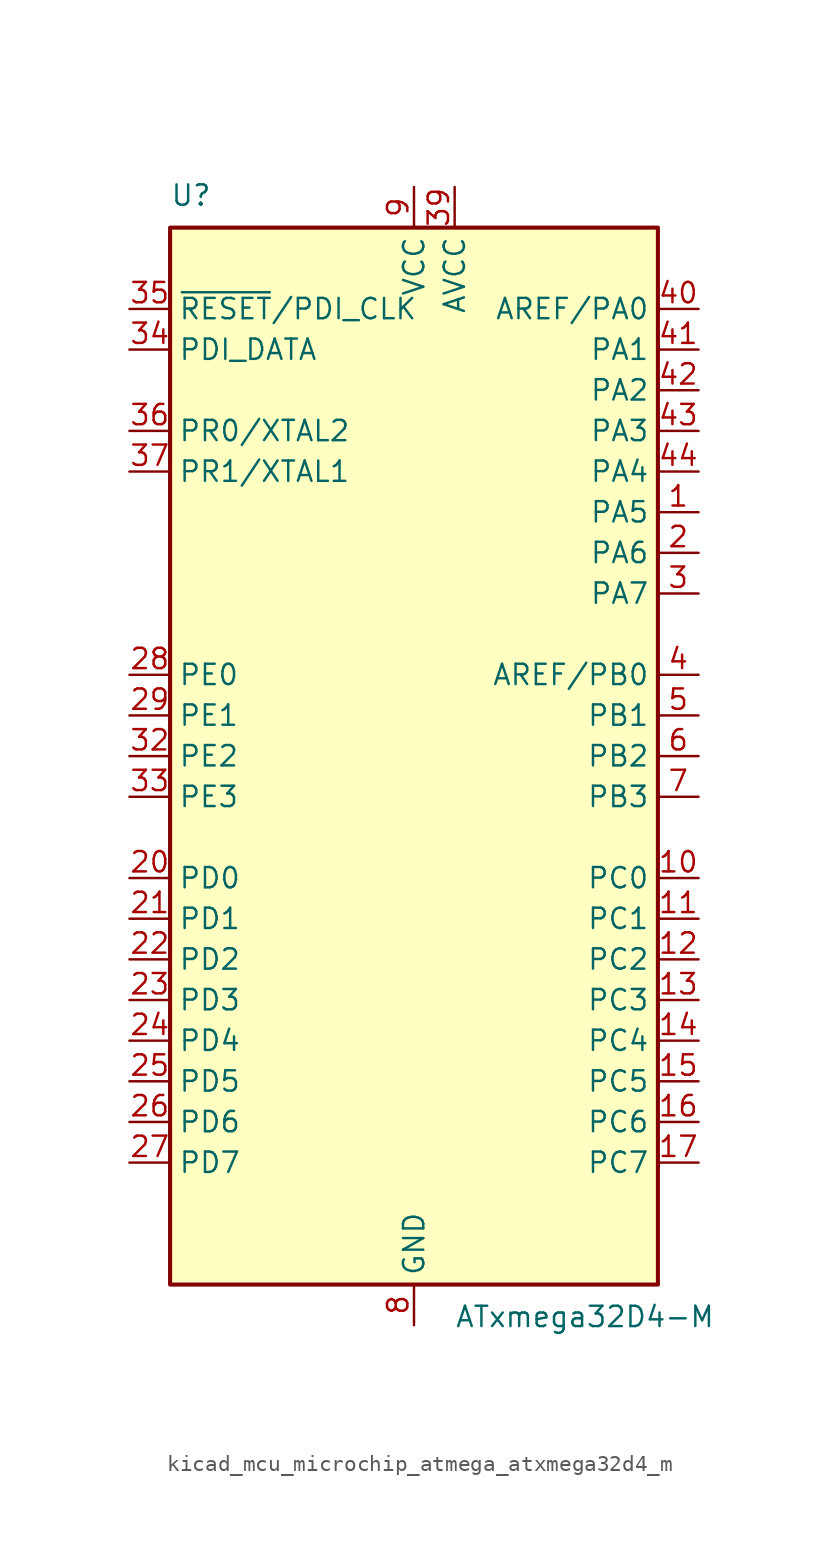
<source format=kicad_sym>
(kicad_symbol_lib
  (version 20220914)
  (generator kicad_symbol_editor)
  (symbol "kicad_mcu_microchip_atmega_atxmega32d4_m"
    (property "Reference" "U"
      (at -15.24 34.29 0)
      (effects (font (size 1.27 1.27)) (justify left bottom)))
    (property "Value" "ATxmega32D4-M"
      (at 2.54 -34.29 0)
      (effects (font (size 1.27 1.27)) (justify left top)))
    (symbol "kicad_mcu_microchip_atmega_atxmega32d4_m_0_1"
      (rectangle (start -15.24 -33.02) (end 15.24 33.02) (stroke (width 0.254) (type default)) (fill (type background))))
    (symbol "kicad_mcu_microchip_atmega_atxmega32d4_m_1_1"
      (pin bidirectional line (at 17.78 15.24 180) (length 2.54) (name "PA5" (effects (font (size 1.27 1.27)))) (number "1" (effects (font (size 1.27 1.27)))))
      (pin bidirectional line (at 17.78 -7.62 180) (length 2.54) (name "PC0" (effects (font (size 1.27 1.27)))) (number "10" (effects (font (size 1.27 1.27)))))
      (pin bidirectional line (at 17.78 -10.16 180) (length 2.54) (name "PC1" (effects (font (size 1.27 1.27)))) (number "11" (effects (font (size 1.27 1.27)))))
      (pin bidirectional line (at 17.78 -12.7 180) (length 2.54) (name "PC2" (effects (font (size 1.27 1.27)))) (number "12" (effects (font (size 1.27 1.27)))))
      (pin bidirectional line (at 17.78 -15.24 180) (length 2.54) (name "PC3" (effects (font (size 1.27 1.27)))) (number "13" (effects (font (size 1.27 1.27)))))
      (pin bidirectional line (at 17.78 -17.78 180) (length 2.54) (name "PC4" (effects (font (size 1.27 1.27)))) (number "14" (effects (font (size 1.27 1.27)))))
      (pin bidirectional line (at 17.78 -20.32 180) (length 2.54) (name "PC5" (effects (font (size 1.27 1.27)))) (number "15" (effects (font (size 1.27 1.27)))))
      (pin bidirectional line (at 17.78 -22.86 180) (length 2.54) (name "PC6" (effects (font (size 1.27 1.27)))) (number "16" (effects (font (size 1.27 1.27)))))
      (pin bidirectional line (at 17.78 -25.4 180) (length 2.54) (name "PC7" (effects (font (size 1.27 1.27)))) (number "17" (effects (font (size 1.27 1.27)))))
      (pin passive line (at 0 -35.56 90) (length 2.54) hide (name "GND" (effects (font (size 1.27 1.27)))) (number "18" (effects (font (size 1.27 1.27)))))
      (pin passive line (at 0 35.56 270) (length 2.54) hide (name "VCC" (effects (font (size 1.27 1.27)))) (number "19" (effects (font (size 1.27 1.27)))))
      (pin bidirectional line (at 17.78 12.7 180) (length 2.54) (name "PA6" (effects (font (size 1.27 1.27)))) (number "2" (effects (font (size 1.27 1.27)))))
      (pin bidirectional line (at -17.78 -7.62 0) (length 2.54) (name "PD0" (effects (font (size 1.27 1.27)))) (number "20" (effects (font (size 1.27 1.27)))))
      (pin bidirectional line (at -17.78 -10.16 0) (length 2.54) (name "PD1" (effects (font (size 1.27 1.27)))) (number "21" (effects (font (size 1.27 1.27)))))
      (pin bidirectional line (at -17.78 -12.7 0) (length 2.54) (name "PD2" (effects (font (size 1.27 1.27)))) (number "22" (effects (font (size 1.27 1.27)))))
      (pin bidirectional line (at -17.78 -15.24 0) (length 2.54) (name "PD3" (effects (font (size 1.27 1.27)))) (number "23" (effects (font (size 1.27 1.27)))))
      (pin bidirectional line (at -17.78 -17.78 0) (length 2.54) (name "PD4" (effects (font (size 1.27 1.27)))) (number "24" (effects (font (size 1.27 1.27)))))
      (pin bidirectional line (at -17.78 -20.32 0) (length 2.54) (name "PD5" (effects (font (size 1.27 1.27)))) (number "25" (effects (font (size 1.27 1.27)))))
      (pin bidirectional line (at -17.78 -22.86 0) (length 2.54) (name "PD6" (effects (font (size 1.27 1.27)))) (number "26" (effects (font (size 1.27 1.27)))))
      (pin bidirectional line (at -17.78 -25.4 0) (length 2.54) (name "PD7" (effects (font (size 1.27 1.27)))) (number "27" (effects (font (size 1.27 1.27)))))
      (pin bidirectional line (at -17.78 5.08 0) (length 2.54) (name "PE0" (effects (font (size 1.27 1.27)))) (number "28" (effects (font (size 1.27 1.27)))))
      (pin bidirectional line (at -17.78 2.54 0) (length 2.54) (name "PE1" (effects (font (size 1.27 1.27)))) (number "29" (effects (font (size 1.27 1.27)))))
      (pin bidirectional line (at 17.78 10.16 180) (length 2.54) (name "PA7" (effects (font (size 1.27 1.27)))) (number "3" (effects (font (size 1.27 1.27)))))
      (pin passive line (at 0 -35.56 90) (length 2.54) hide (name "GND" (effects (font (size 1.27 1.27)))) (number "30" (effects (font (size 1.27 1.27)))))
      (pin passive line (at 0 35.56 270) (length 2.54) hide (name "VCC" (effects (font (size 1.27 1.27)))) (number "31" (effects (font (size 1.27 1.27)))))
      (pin bidirectional line (at -17.78 0 0) (length 2.54) (name "PE2" (effects (font (size 1.27 1.27)))) (number "32" (effects (font (size 1.27 1.27)))))
      (pin bidirectional line (at -17.78 -2.54 0) (length 2.54) (name "PE3" (effects (font (size 1.27 1.27)))) (number "33" (effects (font (size 1.27 1.27)))))
      (pin bidirectional line (at -17.78 25.4 0) (length 2.54) (name "PDI_DATA" (effects (font (size 1.27 1.27)))) (number "34" (effects (font (size 1.27 1.27)))))
      (pin input line (at -17.78 27.94 0) (length 2.54) (name "~{RESET}/PDI_CLK" (effects (font (size 1.27 1.27)))) (number "35" (effects (font (size 1.27 1.27)))))
      (pin bidirectional line (at -17.78 20.32 0) (length 2.54) (name "PR0/XTAL2" (effects (font (size 1.27 1.27)))) (number "36" (effects (font (size 1.27 1.27)))))
      (pin bidirectional line (at -17.78 17.78 0) (length 2.54) (name "PR1/XTAL1" (effects (font (size 1.27 1.27)))) (number "37" (effects (font (size 1.27 1.27)))))
      (pin passive line (at 0 -35.56 90) (length 2.54) hide (name "GND" (effects (font (size 1.27 1.27)))) (number "38" (effects (font (size 1.27 1.27)))))
      (pin power_in line (at 2.54 35.56 270) (length 2.54) (name "AVCC" (effects (font (size 1.27 1.27)))) (number "39" (effects (font (size 1.27 1.27)))))
      (pin bidirectional line (at 17.78 5.08 180) (length 2.54) (name "AREF/PB0" (effects (font (size 1.27 1.27)))) (number "4" (effects (font (size 1.27 1.27)))))
      (pin bidirectional line (at 17.78 27.94 180) (length 2.54) (name "AREF/PA0" (effects (font (size 1.27 1.27)))) (number "40" (effects (font (size 1.27 1.27)))))
      (pin bidirectional line (at 17.78 25.4 180) (length 2.54) (name "PA1" (effects (font (size 1.27 1.27)))) (number "41" (effects (font (size 1.27 1.27)))))
      (pin bidirectional line (at 17.78 22.86 180) (length 2.54) (name "PA2" (effects (font (size 1.27 1.27)))) (number "42" (effects (font (size 1.27 1.27)))))
      (pin bidirectional line (at 17.78 20.32 180) (length 2.54) (name "PA3" (effects (font (size 1.27 1.27)))) (number "43" (effects (font (size 1.27 1.27)))))
      (pin bidirectional line (at 17.78 17.78 180) (length 2.54) (name "PA4" (effects (font (size 1.27 1.27)))) (number "44" (effects (font (size 1.27 1.27)))))
      (pin passive line (at 0 -35.56 90) (length 2.54) hide (name "GND" (effects (font (size 1.27 1.27)))) (number "45" (effects (font (size 1.27 1.27)))))
      (pin bidirectional line (at 17.78 2.54 180) (length 2.54) (name "PB1" (effects (font (size 1.27 1.27)))) (number "5" (effects (font (size 1.27 1.27)))))
      (pin bidirectional line (at 17.78 0 180) (length 2.54) (name "PB2" (effects (font (size 1.27 1.27)))) (number "6" (effects (font (size 1.27 1.27)))))
      (pin bidirectional line (at 17.78 -2.54 180) (length 2.54) (name "PB3" (effects (font (size 1.27 1.27)))) (number "7" (effects (font (size 1.27 1.27)))))
      (pin power_in line (at 0 -35.56 90) (length 2.54) (name "GND" (effects (font (size 1.27 1.27)))) (number "8" (effects (font (size 1.27 1.27)))))
      (pin power_in line (at 0 35.56 270) (length 2.54) (name "VCC" (effects (font (size 1.27 1.27)))) (number "9" (effects (font (size 1.27 1.27))))))))
</source>
